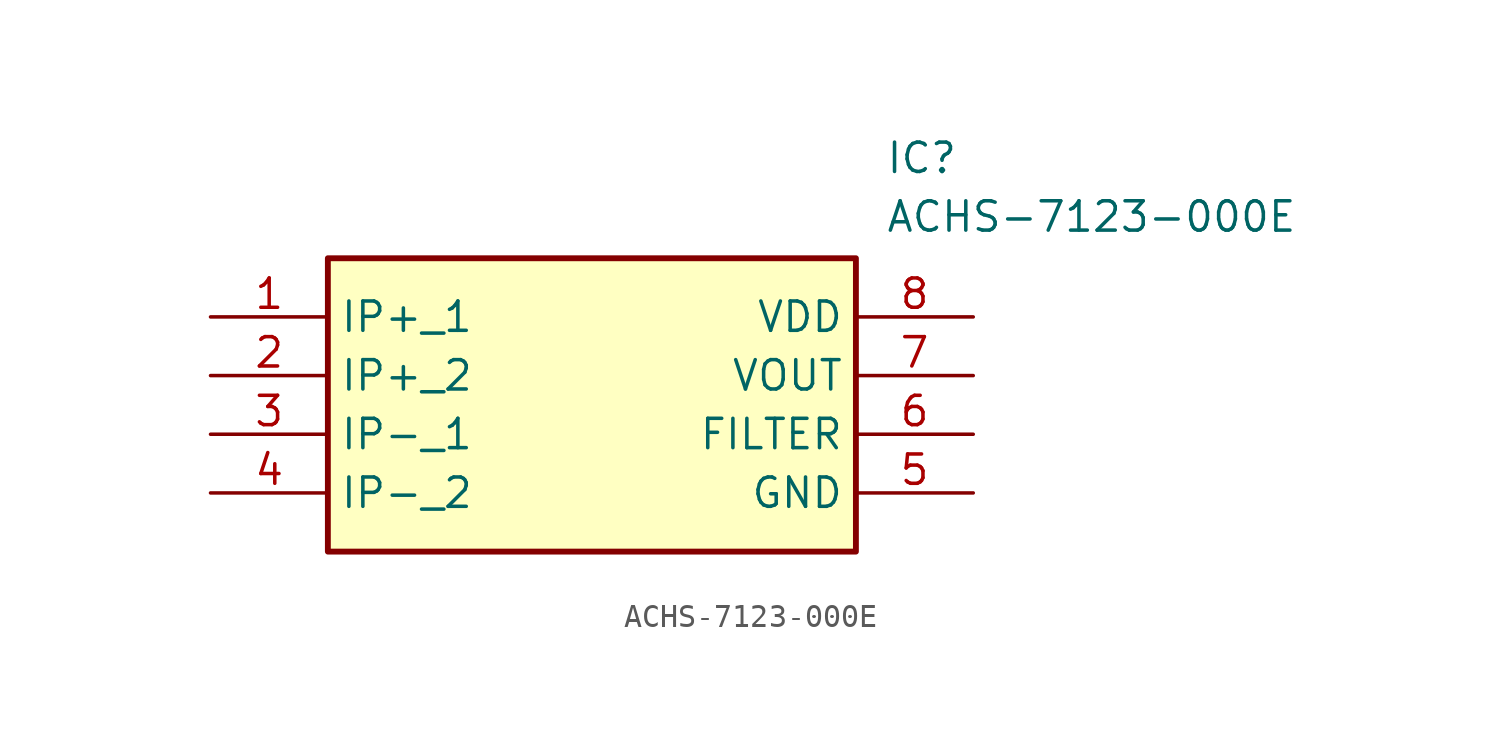
<source format=kicad_sym>
(kicad_symbol_lib
  (version 20211014)
  (generator SamacSys_ECAD_Model)
  (symbol "ACHS-7123-000E"
    (property "Reference" "IC"
      (at 29.21 7.62 0)
      (effects (font (size 1.27 1.27)) (justify left top)))
    (property "Value" "ACHS-7123-000E"
      (at 29.21 5.08 0)
      (effects (font (size 1.27 1.27)) (justify left top)))
    (rectangle
      (start 5.08 2.54)
      (end 27.94 -10.16)
      (stroke (width 0.254) (type default))
      (fill (type background)))
    (pin passive line
      (at 0 0 0)
      (length 5.08)
      (name "IP+_1" (effects (font (size 1.27 1.27))))
      (number "1" (effects (font (size 1.27 1.27)))))
    (pin passive line
      (at 0 -2.54 0)
      (length 5.08)
      (name "IP+_2" (effects (font (size 1.27 1.27))))
      (number "2" (effects (font (size 1.27 1.27)))))
    (pin passive line
      (at 0 -5.08 0)
      (length 5.08)
      (name "IP-_1" (effects (font (size 1.27 1.27))))
      (number "3" (effects (font (size 1.27 1.27)))))
    (pin passive line
      (at 0 -7.62 0)
      (length 5.08)
      (name "IP-_2" (effects (font (size 1.27 1.27))))
      (number "4" (effects (font (size 1.27 1.27)))))
    (pin passive line
      (at 33.02 0 180)
      (length 5.08)
      (name "VDD" (effects (font (size 1.27 1.27))))
      (number "8" (effects (font (size 1.27 1.27)))))
    (pin passive line
      (at 33.02 -2.54 180)
      (length 5.08)
      (name "VOUT" (effects (font (size 1.27 1.27))))
      (number "7" (effects (font (size 1.27 1.27)))))
    (pin passive line
      (at 33.02 -5.08 180)
      (length 5.08)
      (name "FILTER" (effects (font (size 1.27 1.27))))
      (number "6" (effects (font (size 1.27 1.27)))))
    (pin passive line
      (at 33.02 -7.62 180)
      (length 5.08)
      (name "GND" (effects (font (size 1.27 1.27))))
      (number "5" (effects (font (size 1.27 1.27)))))))
</source>
